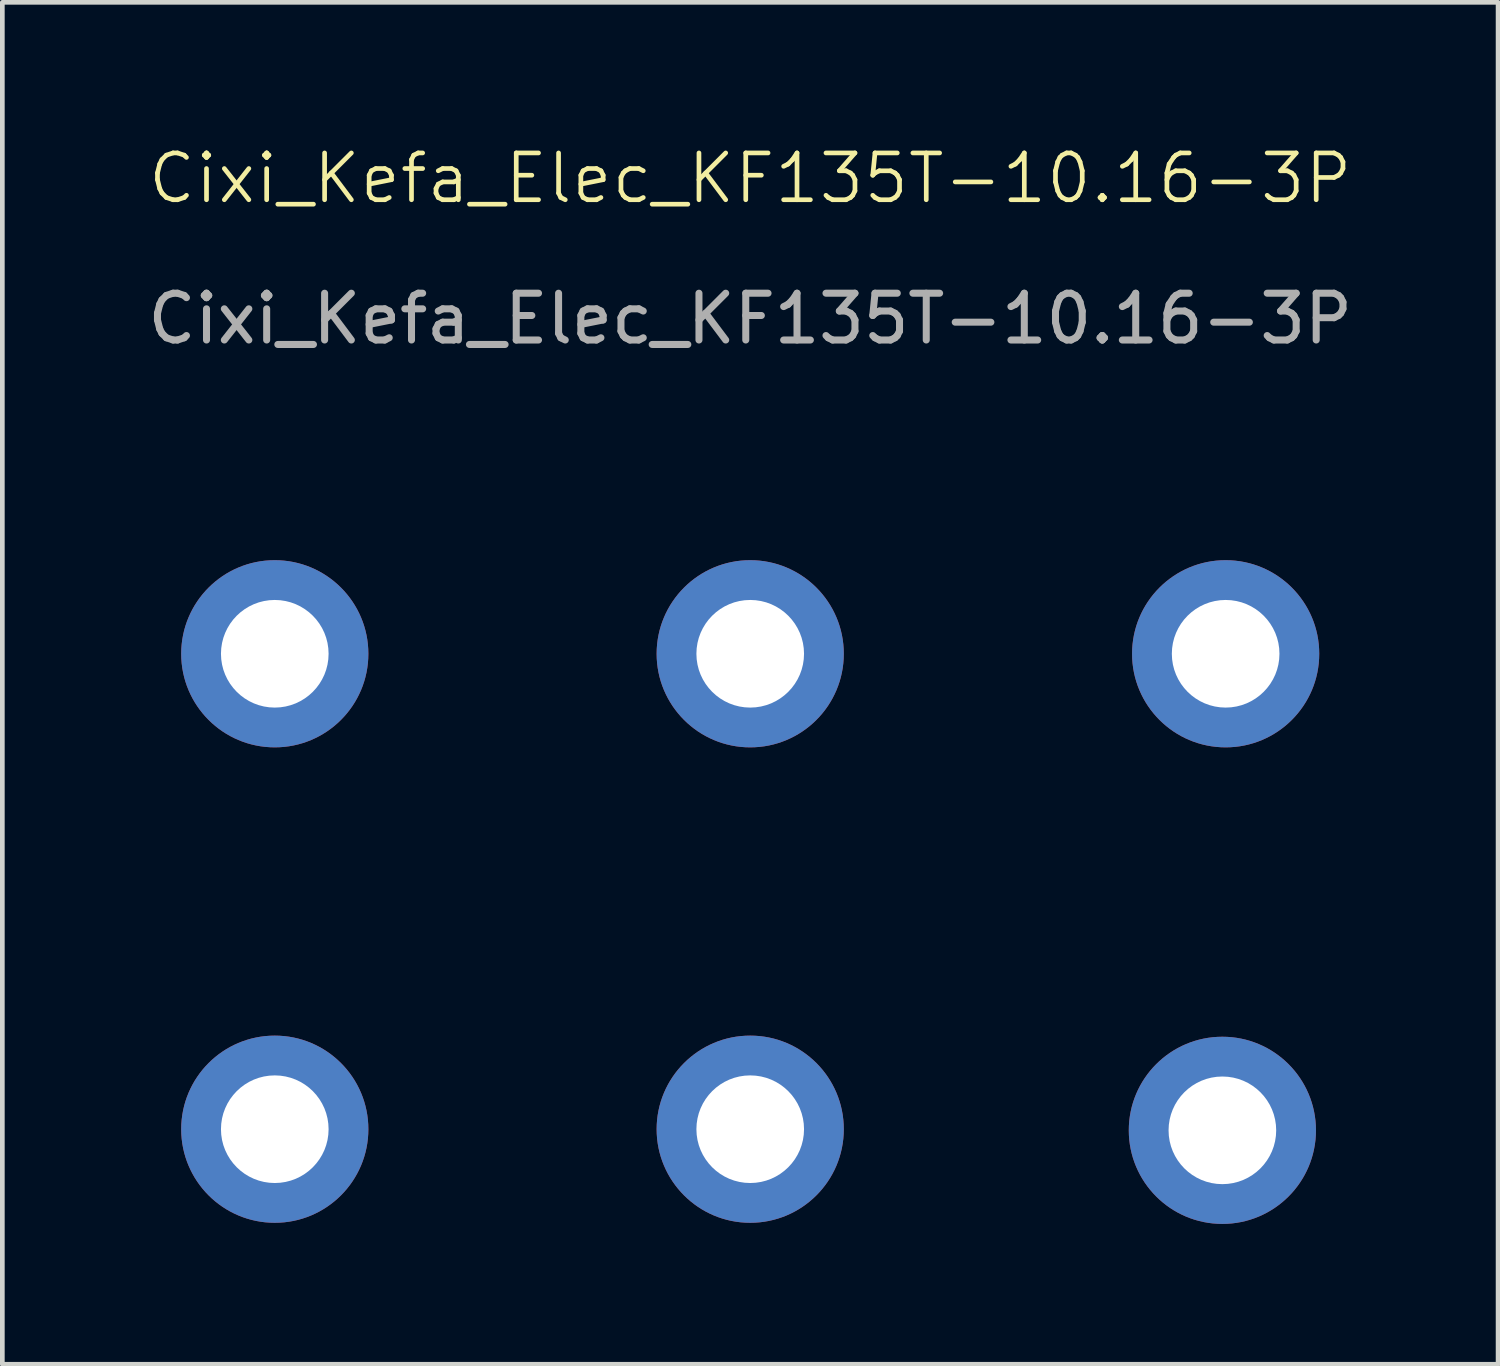
<source format=kicad_pcb>
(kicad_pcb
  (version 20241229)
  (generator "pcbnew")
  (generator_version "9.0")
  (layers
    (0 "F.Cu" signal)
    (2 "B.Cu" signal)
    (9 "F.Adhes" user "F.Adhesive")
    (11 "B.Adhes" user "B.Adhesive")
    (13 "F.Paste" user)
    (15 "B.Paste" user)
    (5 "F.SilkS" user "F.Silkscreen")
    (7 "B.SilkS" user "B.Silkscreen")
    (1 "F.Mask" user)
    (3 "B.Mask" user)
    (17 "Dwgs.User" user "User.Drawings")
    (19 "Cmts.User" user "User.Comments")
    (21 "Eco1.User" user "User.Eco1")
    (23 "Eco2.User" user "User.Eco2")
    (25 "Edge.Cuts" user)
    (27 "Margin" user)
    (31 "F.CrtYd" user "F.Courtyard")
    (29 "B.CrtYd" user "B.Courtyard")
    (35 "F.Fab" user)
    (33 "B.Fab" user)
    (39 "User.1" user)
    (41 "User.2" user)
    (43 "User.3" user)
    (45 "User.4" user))
  (footprint "Cixi_Kefa_Elec_KF135T-10.16-3P"
    (layer "F.Cu")
    (at 2.822 21.081)
    (property "Reference" "Cixi_Kefa_Elec_KF135T-10.16-3P" (at 10.16 -20.32 0) (unlocked yes) (layer "F.SilkS") (effects (font (size 1 1) (thickness 0.1))))
    (attr through_hole)
    (fp_text user "${REFERENCE}" (at 10.16 -17.32 0) (unlocked yes) (layer "F.Fab") (effects (font (size 1 1) (thickness 0.15))))
    (pad "1" thru_hole circle (at 0 -10.16) (size 4 4) (drill 2.3) (layers "*.Cu" "*.Mask"))
    (pad "1" thru_hole circle (at 0 0) (size 4 4) (drill 2.3) (layers "*.Cu" "*.Mask"))
    (pad "2" thru_hole circle (at 10.16 -10.16) (size 4 4) (drill 2.3) (layers "*.Cu" "*.Mask"))
    (pad "2" thru_hole circle (at 10.16 0) (size 4 4) (drill 2.3) (layers "*.Cu" "*.Mask"))
    (pad "3" thru_hole circle (at 20.25 0.024) (size 4 4) (drill 2.3) (layers "*.Cu" "*.Mask"))
    (pad "3" thru_hole circle (at 20.32 -10.16) (size 4 4) (drill 2.3) (layers "*.Cu" "*.Mask")))
  (gr_rect
    (start -3 -3)
    (end 28.964 26.105)
    (stroke (width 0.1) (type default))
    (fill no)
    (layer "Edge.Cuts")))
</source>
